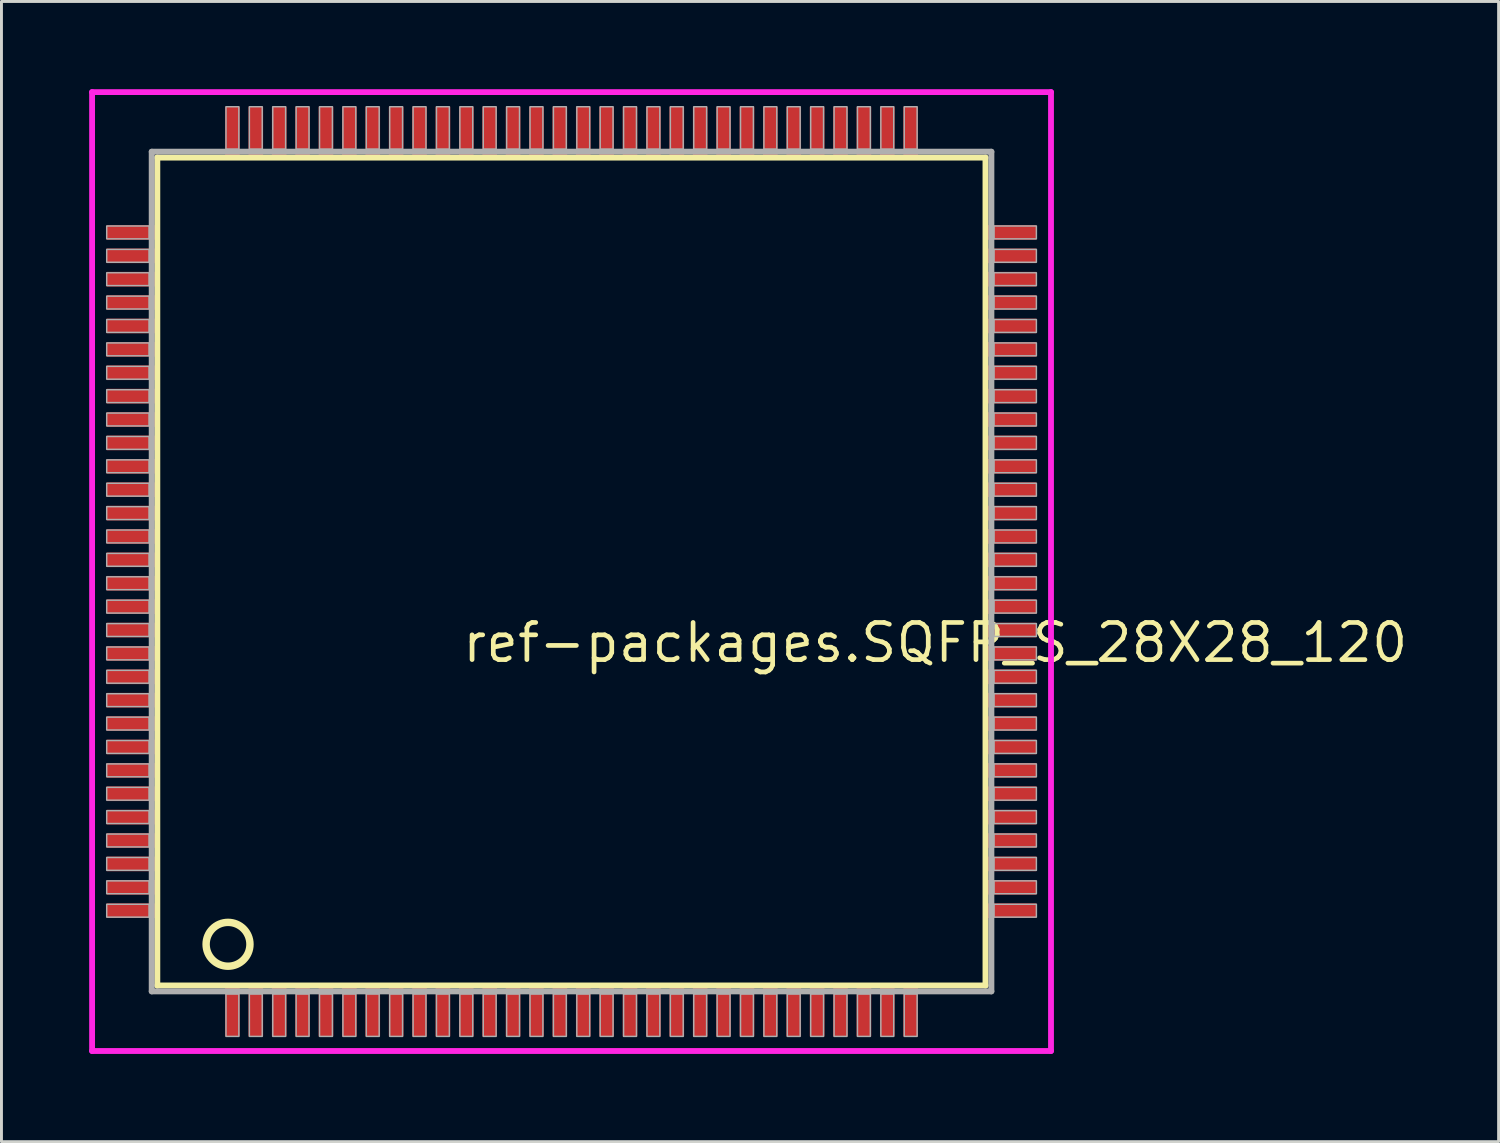
<source format=kicad_pcb>
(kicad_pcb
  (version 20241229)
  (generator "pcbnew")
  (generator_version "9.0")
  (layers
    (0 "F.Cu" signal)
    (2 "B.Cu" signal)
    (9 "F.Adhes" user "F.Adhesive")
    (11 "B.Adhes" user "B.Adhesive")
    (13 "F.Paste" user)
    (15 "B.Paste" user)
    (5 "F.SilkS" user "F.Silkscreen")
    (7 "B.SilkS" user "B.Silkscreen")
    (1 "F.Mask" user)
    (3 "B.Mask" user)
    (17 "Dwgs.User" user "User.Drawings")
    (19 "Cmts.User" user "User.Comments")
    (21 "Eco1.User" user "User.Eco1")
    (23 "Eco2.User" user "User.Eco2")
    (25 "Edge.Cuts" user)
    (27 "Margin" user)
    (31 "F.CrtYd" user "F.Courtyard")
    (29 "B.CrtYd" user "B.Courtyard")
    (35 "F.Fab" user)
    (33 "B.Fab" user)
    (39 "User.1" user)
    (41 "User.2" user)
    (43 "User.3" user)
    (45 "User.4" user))
  (footprint "ref-packages.SQFP_S_28X28_120"
    (layer "F.Cu")
    (at 16.5 16.5)
    (property "Reference" "ref-packages.SQFP_S_28X28_120" (at -3.81 3.175 0) (layer "F.SilkS") (effects (font (size 1.27 1.27) (thickness 0.16)) (justify left bottom)))
    (attr smd)
    (fp_line (start -14.17 -14.16) (end 14.16 -14.16) (stroke (width 0.203) (type default)) (layer "F.SilkS"))
    (fp_line (start -14.17 14.16) (end -14.17 -14.16) (stroke (width 0.203) (type default)) (layer "F.SilkS"))
    (fp_line (start 14.16 -14.16) (end 14.16 14.16) (stroke (width 0.203) (type default)) (layer "F.SilkS"))
    (fp_line (start 14.16 14.16) (end -14.17 14.16) (stroke (width 0.203) (type default)) (layer "F.SilkS"))
    (fp_circle (center -11.75 12.75) (end -11 12.75) (stroke (width 0.254) (type default)) (fill no) (layer "F.SilkS"))
    (fp_line (start -16.4 -16.4) (end 16.4 -16.4) (stroke (width 0.2) (type default)) (layer "F.CrtYd"))
    (fp_line (start -16.4 16.4) (end -16.4 -16.4) (stroke (width 0.2) (type default)) (layer "F.CrtYd"))
    (fp_line (start 16.4 -16.4) (end 16.4 16.4) (stroke (width 0.2) (type default)) (layer "F.CrtYd"))
    (fp_line (start 16.4 16.4) (end -16.4 16.4) (stroke (width 0.2) (type default)) (layer "F.CrtYd"))
    (fp_line (start -14.36 -14.36) (end -14.36 14.36) (stroke (width 0.203) (type default)) (layer "F.Fab"))
    (fp_line (start -14.36 14.36) (end 14.36 14.36) (stroke (width 0.203) (type default)) (layer "F.Fab"))
    (fp_line (start 14.36 -14.36) (end -14.36 -14.36) (stroke (width 0.203) (type default)) (layer "F.Fab"))
    (fp_line (start 14.36 14.36) (end 14.36 -14.36) (stroke (width 0.203) (type default)) (layer "F.Fab"))
    (fp_rect (start -15.9 -11.38) (end -14.45 -11.82) (stroke (width 0.05) (type default)) (fill no) (layer "F.Fab"))
    (fp_rect (start -15.9 -10.58) (end -14.45 -11.02) (stroke (width 0.05) (type default)) (fill no) (layer "F.Fab"))
    (fp_rect (start -15.9 -9.78) (end -14.45 -10.22) (stroke (width 0.05) (type default)) (fill no) (layer "F.Fab"))
    (fp_rect (start -15.9 -8.98) (end -14.45 -9.42) (stroke (width 0.05) (type default)) (fill no) (layer "F.Fab"))
    (fp_rect (start -15.9 -8.18) (end -14.45 -8.62) (stroke (width 0.05) (type default)) (fill no) (layer "F.Fab"))
    (fp_rect (start -15.9 -7.38) (end -14.45 -7.82) (stroke (width 0.05) (type default)) (fill no) (layer "F.Fab"))
    (fp_rect (start -15.9 -6.58) (end -14.45 -7.02) (stroke (width 0.05) (type default)) (fill no) (layer "F.Fab"))
    (fp_rect (start -15.9 -5.78) (end -14.45 -6.22) (stroke (width 0.05) (type default)) (fill no) (layer "F.Fab"))
    (fp_rect (start -15.9 -4.98) (end -14.45 -5.42) (stroke (width 0.05) (type default)) (fill no) (layer "F.Fab"))
    (fp_rect (start -15.9 -4.18) (end -14.45 -4.62) (stroke (width 0.05) (type default)) (fill no) (layer "F.Fab"))
    (fp_rect (start -15.9 -3.38) (end -14.45 -3.82) (stroke (width 0.05) (type default)) (fill no) (layer "F.Fab"))
    (fp_rect (start -15.9 -2.58) (end -14.45 -3.02) (stroke (width 0.05) (type default)) (fill no) (layer "F.Fab"))
    (fp_rect (start -15.9 -1.78) (end -14.45 -2.22) (stroke (width 0.05) (type default)) (fill no) (layer "F.Fab"))
    (fp_rect (start -15.9 -0.98) (end -14.45 -1.42) (stroke (width 0.05) (type default)) (fill no) (layer "F.Fab"))
    (fp_rect (start -15.9 -0.18) (end -14.45 -0.62) (stroke (width 0.05) (type default)) (fill no) (layer "F.Fab"))
    (fp_rect (start -15.9 0.62) (end -14.45 0.18) (stroke (width 0.05) (type default)) (fill no) (layer "F.Fab"))
    (fp_rect (start -15.9 1.42) (end -14.45 0.98) (stroke (width 0.05) (type default)) (fill no) (layer "F.Fab"))
    (fp_rect (start -15.9 2.22) (end -14.45 1.78) (stroke (width 0.05) (type default)) (fill no) (layer "F.Fab"))
    (fp_rect (start -15.9 3.02) (end -14.45 2.58) (stroke (width 0.05) (type default)) (fill no) (layer "F.Fab"))
    (fp_rect (start -15.9 3.82) (end -14.45 3.38) (stroke (width 0.05) (type default)) (fill no) (layer "F.Fab"))
    (fp_rect (start -15.9 4.62) (end -14.45 4.18) (stroke (width 0.05) (type default)) (fill no) (layer "F.Fab"))
    (fp_rect (start -15.9 5.42) (end -14.45 4.98) (stroke (width 0.05) (type default)) (fill no) (layer "F.Fab"))
    (fp_rect (start -15.9 6.22) (end -14.45 5.78) (stroke (width 0.05) (type default)) (fill no) (layer "F.Fab"))
    (fp_rect (start -15.9 7.02) (end -14.45 6.58) (stroke (width 0.05) (type default)) (fill no) (layer "F.Fab"))
    (fp_rect (start -15.9 7.82) (end -14.45 7.38) (stroke (width 0.05) (type default)) (fill no) (layer "F.Fab"))
    (fp_rect (start -15.9 8.62) (end -14.45 8.18) (stroke (width 0.05) (type default)) (fill no) (layer "F.Fab"))
    (fp_rect (start -15.9 9.42) (end -14.45 8.98) (stroke (width 0.05) (type default)) (fill no) (layer "F.Fab"))
    (fp_rect (start -15.9 10.22) (end -14.45 9.78) (stroke (width 0.05) (type default)) (fill no) (layer "F.Fab"))
    (fp_rect (start -15.9 11.02) (end -14.45 10.58) (stroke (width 0.05) (type default)) (fill no) (layer "F.Fab"))
    (fp_rect (start -15.9 11.82) (end -14.45 11.38) (stroke (width 0.05) (type default)) (fill no) (layer "F.Fab"))
    (fp_rect (start -11.82 -14.45) (end -11.38 -15.9) (stroke (width 0.05) (type default)) (fill no) (layer "F.Fab"))
    (fp_rect (start -11.82 15.9) (end -11.38 14.45) (stroke (width 0.05) (type default)) (fill no) (layer "F.Fab"))
    (fp_rect (start -11.02 -14.45) (end -10.58 -15.9) (stroke (width 0.05) (type default)) (fill no) (layer "F.Fab"))
    (fp_rect (start -11.02 15.9) (end -10.58 14.45) (stroke (width 0.05) (type default)) (fill no) (layer "F.Fab"))
    (fp_rect (start -10.22 -14.45) (end -9.78 -15.9) (stroke (width 0.05) (type default)) (fill no) (layer "F.Fab"))
    (fp_rect (start -10.22 15.9) (end -9.78 14.45) (stroke (width 0.05) (type default)) (fill no) (layer "F.Fab"))
    (fp_rect (start -9.42 -14.45) (end -8.98 -15.9) (stroke (width 0.05) (type default)) (fill no) (layer "F.Fab"))
    (fp_rect (start -9.42 15.9) (end -8.98 14.45) (stroke (width 0.05) (type default)) (fill no) (layer "F.Fab"))
    (fp_rect (start -8.62 -14.45) (end -8.18 -15.9) (stroke (width 0.05) (type default)) (fill no) (layer "F.Fab"))
    (fp_rect (start -8.62 15.9) (end -8.18 14.45) (stroke (width 0.05) (type default)) (fill no) (layer "F.Fab"))
    (fp_rect (start -7.82 -14.45) (end -7.38 -15.9) (stroke (width 0.05) (type default)) (fill no) (layer "F.Fab"))
    (fp_rect (start -7.82 15.9) (end -7.38 14.45) (stroke (width 0.05) (type default)) (fill no) (layer "F.Fab"))
    (fp_rect (start -7.02 -14.45) (end -6.58 -15.9) (stroke (width 0.05) (type default)) (fill no) (layer "F.Fab"))
    (fp_rect (start -7.02 15.9) (end -6.58 14.45) (stroke (width 0.05) (type default)) (fill no) (layer "F.Fab"))
    (fp_rect (start -6.22 -14.45) (end -5.78 -15.9) (stroke (width 0.05) (type default)) (fill no) (layer "F.Fab"))
    (fp_rect (start -6.22 15.9) (end -5.78 14.45) (stroke (width 0.05) (type default)) (fill no) (layer "F.Fab"))
    (fp_rect (start -5.42 -14.45) (end -4.98 -15.9) (stroke (width 0.05) (type default)) (fill no) (layer "F.Fab"))
    (fp_rect (start -5.42 15.9) (end -4.98 14.45) (stroke (width 0.05) (type default)) (fill no) (layer "F.Fab"))
    (fp_rect (start -4.62 -14.45) (end -4.18 -15.9) (stroke (width 0.05) (type default)) (fill no) (layer "F.Fab"))
    (fp_rect (start -4.62 15.9) (end -4.18 14.45) (stroke (width 0.05) (type default)) (fill no) (layer "F.Fab"))
    (fp_rect (start -3.82 -14.45) (end -3.38 -15.9) (stroke (width 0.05) (type default)) (fill no) (layer "F.Fab"))
    (fp_rect (start -3.82 15.9) (end -3.38 14.45) (stroke (width 0.05) (type default)) (fill no) (layer "F.Fab"))
    (fp_rect (start -3.02 -14.45) (end -2.58 -15.9) (stroke (width 0.05) (type default)) (fill no) (layer "F.Fab"))
    (fp_rect (start -3.02 15.9) (end -2.58 14.45) (stroke (width 0.05) (type default)) (fill no) (layer "F.Fab"))
    (fp_rect (start -2.22 -14.45) (end -1.78 -15.9) (stroke (width 0.05) (type default)) (fill no) (layer "F.Fab"))
    (fp_rect (start -2.22 15.9) (end -1.78 14.45) (stroke (width 0.05) (type default)) (fill no) (layer "F.Fab"))
    (fp_rect (start -1.42 -14.45) (end -0.98 -15.9) (stroke (width 0.05) (type default)) (fill no) (layer "F.Fab"))
    (fp_rect (start -1.42 15.9) (end -0.98 14.45) (stroke (width 0.05) (type default)) (fill no) (layer "F.Fab"))
    (fp_rect (start -0.62 -14.45) (end -0.18 -15.9) (stroke (width 0.05) (type default)) (fill no) (layer "F.Fab"))
    (fp_rect (start -0.62 15.9) (end -0.18 14.45) (stroke (width 0.05) (type default)) (fill no) (layer "F.Fab"))
    (fp_rect (start 0.18 -14.45) (end 0.62 -15.9) (stroke (width 0.05) (type default)) (fill no) (layer "F.Fab"))
    (fp_rect (start 0.18 15.9) (end 0.62 14.45) (stroke (width 0.05) (type default)) (fill no) (layer "F.Fab"))
    (fp_rect (start 0.98 -14.45) (end 1.42 -15.9) (stroke (width 0.05) (type default)) (fill no) (layer "F.Fab"))
    (fp_rect (start 0.98 15.9) (end 1.42 14.45) (stroke (width 0.05) (type default)) (fill no) (layer "F.Fab"))
    (fp_rect (start 1.78 -14.45) (end 2.22 -15.9) (stroke (width 0.05) (type default)) (fill no) (layer "F.Fab"))
    (fp_rect (start 1.78 15.9) (end 2.22 14.45) (stroke (width 0.05) (type default)) (fill no) (layer "F.Fab"))
    (fp_rect (start 2.58 -14.45) (end 3.02 -15.9) (stroke (width 0.05) (type default)) (fill no) (layer "F.Fab"))
    (fp_rect (start 2.58 15.9) (end 3.02 14.45) (stroke (width 0.05) (type default)) (fill no) (layer "F.Fab"))
    (fp_rect (start 3.38 -14.45) (end 3.82 -15.9) (stroke (width 0.05) (type default)) (fill no) (layer "F.Fab"))
    (fp_rect (start 3.38 15.9) (end 3.82 14.45) (stroke (width 0.05) (type default)) (fill no) (layer "F.Fab"))
    (fp_rect (start 4.18 -14.45) (end 4.62 -15.9) (stroke (width 0.05) (type default)) (fill no) (layer "F.Fab"))
    (fp_rect (start 4.18 15.9) (end 4.62 14.45) (stroke (width 0.05) (type default)) (fill no) (layer "F.Fab"))
    (fp_rect (start 4.98 -14.45) (end 5.42 -15.9) (stroke (width 0.05) (type default)) (fill no) (layer "F.Fab"))
    (fp_rect (start 4.98 15.9) (end 5.42 14.45) (stroke (width 0.05) (type default)) (fill no) (layer "F.Fab"))
    (fp_rect (start 5.78 -14.45) (end 6.22 -15.9) (stroke (width 0.05) (type default)) (fill no) (layer "F.Fab"))
    (fp_rect (start 5.78 15.9) (end 6.22 14.45) (stroke (width 0.05) (type default)) (fill no) (layer "F.Fab"))
    (fp_rect (start 6.58 -14.45) (end 7.02 -15.9) (stroke (width 0.05) (type default)) (fill no) (layer "F.Fab"))
    (fp_rect (start 6.58 15.9) (end 7.02 14.45) (stroke (width 0.05) (type default)) (fill no) (layer "F.Fab"))
    (fp_rect (start 7.38 -14.45) (end 7.82 -15.9) (stroke (width 0.05) (type default)) (fill no) (layer "F.Fab"))
    (fp_rect (start 7.38 15.9) (end 7.82 14.45) (stroke (width 0.05) (type default)) (fill no) (layer "F.Fab"))
    (fp_rect (start 8.18 -14.45) (end 8.62 -15.9) (stroke (width 0.05) (type default)) (fill no) (layer "F.Fab"))
    (fp_rect (start 8.18 15.9) (end 8.62 14.45) (stroke (width 0.05) (type default)) (fill no) (layer "F.Fab"))
    (fp_rect (start 8.98 -14.45) (end 9.42 -15.9) (stroke (width 0.05) (type default)) (fill no) (layer "F.Fab"))
    (fp_rect (start 8.98 15.9) (end 9.42 14.45) (stroke (width 0.05) (type default)) (fill no) (layer "F.Fab"))
    (fp_rect (start 9.78 -14.45) (end 10.22 -15.9) (stroke (width 0.05) (type default)) (fill no) (layer "F.Fab"))
    (fp_rect (start 9.78 15.9) (end 10.22 14.45) (stroke (width 0.05) (type default)) (fill no) (layer "F.Fab"))
    (fp_rect (start 10.58 -14.45) (end 11.02 -15.9) (stroke (width 0.05) (type default)) (fill no) (layer "F.Fab"))
    (fp_rect (start 10.58 15.9) (end 11.02 14.45) (stroke (width 0.05) (type default)) (fill no) (layer "F.Fab"))
    (fp_rect (start 11.38 -14.45) (end 11.82 -15.9) (stroke (width 0.05) (type default)) (fill no) (layer "F.Fab"))
    (fp_rect (start 11.38 15.9) (end 11.82 14.45) (stroke (width 0.05) (type default)) (fill no) (layer "F.Fab"))
    (fp_rect (start 14.45 -11.38) (end 15.9 -11.82) (stroke (width 0.05) (type default)) (fill no) (layer "F.Fab"))
    (fp_rect (start 14.45 -10.58) (end 15.9 -11.02) (stroke (width 0.05) (type default)) (fill no) (layer "F.Fab"))
    (fp_rect (start 14.45 -9.78) (end 15.9 -10.22) (stroke (width 0.05) (type default)) (fill no) (layer "F.Fab"))
    (fp_rect (start 14.45 -8.98) (end 15.9 -9.42) (stroke (width 0.05) (type default)) (fill no) (layer "F.Fab"))
    (fp_rect (start 14.45 -8.18) (end 15.9 -8.62) (stroke (width 0.05) (type default)) (fill no) (layer "F.Fab"))
    (fp_rect (start 14.45 -7.38) (end 15.9 -7.82) (stroke (width 0.05) (type default)) (fill no) (layer "F.Fab"))
    (fp_rect (start 14.45 -6.58) (end 15.9 -7.02) (stroke (width 0.05) (type default)) (fill no) (layer "F.Fab"))
    (fp_rect (start 14.45 -5.78) (end 15.9 -6.22) (stroke (width 0.05) (type default)) (fill no) (layer "F.Fab"))
    (fp_rect (start 14.45 -4.98) (end 15.9 -5.42) (stroke (width 0.05) (type default)) (fill no) (layer "F.Fab"))
    (fp_rect (start 14.45 -4.18) (end 15.9 -4.62) (stroke (width 0.05) (type default)) (fill no) (layer "F.Fab"))
    (fp_rect (start 14.45 -3.38) (end 15.9 -3.82) (stroke (width 0.05) (type default)) (fill no) (layer "F.Fab"))
    (fp_rect (start 14.45 -2.58) (end 15.9 -3.02) (stroke (width 0.05) (type default)) (fill no) (layer "F.Fab"))
    (fp_rect (start 14.45 -1.78) (end 15.9 -2.22) (stroke (width 0.05) (type default)) (fill no) (layer "F.Fab"))
    (fp_rect (start 14.45 -0.98) (end 15.9 -1.42) (stroke (width 0.05) (type default)) (fill no) (layer "F.Fab"))
    (fp_rect (start 14.45 -0.18) (end 15.9 -0.62) (stroke (width 0.05) (type default)) (fill no) (layer "F.Fab"))
    (fp_rect (start 14.45 0.62) (end 15.9 0.18) (stroke (width 0.05) (type default)) (fill no) (layer "F.Fab"))
    (fp_rect (start 14.45 1.42) (end 15.9 0.98) (stroke (width 0.05) (type default)) (fill no) (layer "F.Fab"))
    (fp_rect (start 14.45 2.22) (end 15.9 1.78) (stroke (width 0.05) (type default)) (fill no) (layer "F.Fab"))
    (fp_rect (start 14.45 3.02) (end 15.9 2.58) (stroke (width 0.05) (type default)) (fill no) (layer "F.Fab"))
    (fp_rect (start 14.45 3.82) (end 15.9 3.38) (stroke (width 0.05) (type default)) (fill no) (layer "F.Fab"))
    (fp_rect (start 14.45 4.62) (end 15.9 4.18) (stroke (width 0.05) (type default)) (fill no) (layer "F.Fab"))
    (fp_rect (start 14.45 5.42) (end 15.9 4.98) (stroke (width 0.05) (type default)) (fill no) (layer "F.Fab"))
    (fp_rect (start 14.45 6.22) (end 15.9 5.78) (stroke (width 0.05) (type default)) (fill no) (layer "F.Fab"))
    (fp_rect (start 14.45 7.02) (end 15.9 6.58) (stroke (width 0.05) (type default)) (fill no) (layer "F.Fab"))
    (fp_rect (start 14.45 7.82) (end 15.9 7.38) (stroke (width 0.05) (type default)) (fill no) (layer "F.Fab"))
    (fp_rect (start 14.45 8.62) (end 15.9 8.18) (stroke (width 0.05) (type default)) (fill no) (layer "F.Fab"))
    (fp_rect (start 14.45 9.42) (end 15.9 8.98) (stroke (width 0.05) (type default)) (fill no) (layer "F.Fab"))
    (fp_rect (start 14.45 10.22) (end 15.9 9.78) (stroke (width 0.05) (type default)) (fill no) (layer "F.Fab"))
    (fp_rect (start 14.45 11.02) (end 15.9 10.58) (stroke (width 0.05) (type default)) (fill no) (layer "F.Fab"))
    (fp_rect (start 14.45 11.82) (end 15.9 11.38) (stroke (width 0.05) (type default)) (fill no) (layer "F.Fab"))
    (pad "1" smd roundrect (at -11.6 15) (size 0.5 1.8) (layers "F.Cu" "F.Mask" "F.Paste") (roundrect_rratio 0.01))
    (pad "2" smd roundrect (at -10.8 15) (size 0.5 1.8) (layers "F.Cu" "F.Mask" "F.Paste") (roundrect_rratio 0.01))
    (pad "3" smd roundrect (at -10 15) (size 0.5 1.8) (layers "F.Cu" "F.Mask" "F.Paste") (roundrect_rratio 0.01))
    (pad "4" smd roundrect (at -9.2 15) (size 0.5 1.8) (layers "F.Cu" "F.Mask" "F.Paste") (roundrect_rratio 0.01))
    (pad "5" smd roundrect (at -8.4 15) (size 0.5 1.8) (layers "F.Cu" "F.Mask" "F.Paste") (roundrect_rratio 0.01))
    (pad "6" smd roundrect (at -7.6 15) (size 0.5 1.8) (layers "F.Cu" "F.Mask" "F.Paste") (roundrect_rratio 0.01))
    (pad "7" smd roundrect (at -6.8 15) (size 0.5 1.8) (layers "F.Cu" "F.Mask" "F.Paste") (roundrect_rratio 0.01))
    (pad "8" smd roundrect (at -6 15) (size 0.5 1.8) (layers "F.Cu" "F.Mask" "F.Paste") (roundrect_rratio 0.01))
    (pad "9" smd roundrect (at -5.2 15) (size 0.5 1.8) (layers "F.Cu" "F.Mask" "F.Paste") (roundrect_rratio 0.01))
    (pad "10" smd roundrect (at -4.4 15) (size 0.5 1.8) (layers "F.Cu" "F.Mask" "F.Paste") (roundrect_rratio 0.01))
    (pad "11" smd roundrect (at -3.6 15) (size 0.5 1.8) (layers "F.Cu" "F.Mask" "F.Paste") (roundrect_rratio 0.01))
    (pad "12" smd roundrect (at -2.8 15) (size 0.5 1.8) (layers "F.Cu" "F.Mask" "F.Paste") (roundrect_rratio 0.01))
    (pad "13" smd roundrect (at -2 15) (size 0.5 1.8) (layers "F.Cu" "F.Mask" "F.Paste") (roundrect_rratio 0.01))
    (pad "14" smd roundrect (at -1.2 15) (size 0.5 1.8) (layers "F.Cu" "F.Mask" "F.Paste") (roundrect_rratio 0.01))
    (pad "15" smd roundrect (at -0.4 15) (size 0.5 1.8) (layers "F.Cu" "F.Mask" "F.Paste") (roundrect_rratio 0.01))
    (pad "16" smd roundrect (at 0.4 15) (size 0.5 1.8) (layers "F.Cu" "F.Mask" "F.Paste") (roundrect_rratio 0.01))
    (pad "17" smd roundrect (at 1.2 15) (size 0.5 1.8) (layers "F.Cu" "F.Mask" "F.Paste") (roundrect_rratio 0.01))
    (pad "18" smd roundrect (at 2 15) (size 0.5 1.8) (layers "F.Cu" "F.Mask" "F.Paste") (roundrect_rratio 0.01))
    (pad "19" smd roundrect (at 2.8 15) (size 0.5 1.8) (layers "F.Cu" "F.Mask" "F.Paste") (roundrect_rratio 0.01))
    (pad "20" smd roundrect (at 3.6 15) (size 0.5 1.8) (layers "F.Cu" "F.Mask" "F.Paste") (roundrect_rratio 0.01))
    (pad "21" smd roundrect (at 4.4 15) (size 0.5 1.8) (layers "F.Cu" "F.Mask" "F.Paste") (roundrect_rratio 0.01))
    (pad "22" smd roundrect (at 5.2 15) (size 0.5 1.8) (layers "F.Cu" "F.Mask" "F.Paste") (roundrect_rratio 0.01))
    (pad "23" smd roundrect (at 6 15) (size 0.5 1.8) (layers "F.Cu" "F.Mask" "F.Paste") (roundrect_rratio 0.01))
    (pad "24" smd roundrect (at 6.8 15) (size 0.5 1.8) (layers "F.Cu" "F.Mask" "F.Paste") (roundrect_rratio 0.01))
    (pad "25" smd roundrect (at 7.6 15) (size 0.5 1.8) (layers "F.Cu" "F.Mask" "F.Paste") (roundrect_rratio 0.01))
    (pad "26" smd roundrect (at 8.4 15) (size 0.5 1.8) (layers "F.Cu" "F.Mask" "F.Paste") (roundrect_rratio 0.01))
    (pad "27" smd roundrect (at 9.2 15) (size 0.5 1.8) (layers "F.Cu" "F.Mask" "F.Paste") (roundrect_rratio 0.01))
    (pad "28" smd roundrect (at 10 15) (size 0.5 1.8) (layers "F.Cu" "F.Mask" "F.Paste") (roundrect_rratio 0.01))
    (pad "29" smd roundrect (at 10.8 15) (size 0.5 1.8) (layers "F.Cu" "F.Mask" "F.Paste") (roundrect_rratio 0.01))
    (pad "30" smd roundrect (at 11.6 15) (size 0.5 1.8) (layers "F.Cu" "F.Mask" "F.Paste") (roundrect_rratio 0.01))
    (pad "31" smd roundrect (at 15 11.6) (size 1.8 0.5) (layers "F.Cu" "F.Mask" "F.Paste") (roundrect_rratio 0.01))
    (pad "32" smd roundrect (at 15 10.8) (size 1.8 0.5) (layers "F.Cu" "F.Mask" "F.Paste") (roundrect_rratio 0.01))
    (pad "33" smd roundrect (at 15 10) (size 1.8 0.5) (layers "F.Cu" "F.Mask" "F.Paste") (roundrect_rratio 0.01))
    (pad "34" smd roundrect (at 15 9.2) (size 1.8 0.5) (layers "F.Cu" "F.Mask" "F.Paste") (roundrect_rratio 0.01))
    (pad "35" smd roundrect (at 15 8.4) (size 1.8 0.5) (layers "F.Cu" "F.Mask" "F.Paste") (roundrect_rratio 0.01))
    (pad "36" smd roundrect (at 15 7.6) (size 1.8 0.5) (layers "F.Cu" "F.Mask" "F.Paste") (roundrect_rratio 0.01))
    (pad "37" smd roundrect (at 15 6.8) (size 1.8 0.5) (layers "F.Cu" "F.Mask" "F.Paste") (roundrect_rratio 0.01))
    (pad "38" smd roundrect (at 15 6) (size 1.8 0.5) (layers "F.Cu" "F.Mask" "F.Paste") (roundrect_rratio 0.01))
    (pad "39" smd roundrect (at 15 5.2) (size 1.8 0.5) (layers "F.Cu" "F.Mask" "F.Paste") (roundrect_rratio 0.01))
    (pad "40" smd roundrect (at 15 4.4) (size 1.8 0.5) (layers "F.Cu" "F.Mask" "F.Paste") (roundrect_rratio 0.01))
    (pad "41" smd roundrect (at 15 3.6) (size 1.8 0.5) (layers "F.Cu" "F.Mask" "F.Paste") (roundrect_rratio 0.01))
    (pad "42" smd roundrect (at 15 2.8) (size 1.8 0.5) (layers "F.Cu" "F.Mask" "F.Paste") (roundrect_rratio 0.01))
    (pad "43" smd roundrect (at 15 2) (size 1.8 0.5) (layers "F.Cu" "F.Mask" "F.Paste") (roundrect_rratio 0.01))
    (pad "44" smd roundrect (at 15 1.2) (size 1.8 0.5) (layers "F.Cu" "F.Mask" "F.Paste") (roundrect_rratio 0.01))
    (pad "45" smd roundrect (at 15 0.4) (size 1.8 0.5) (layers "F.Cu" "F.Mask" "F.Paste") (roundrect_rratio 0.01))
    (pad "46" smd roundrect (at 15 -0.4) (size 1.8 0.5) (layers "F.Cu" "F.Mask" "F.Paste") (roundrect_rratio 0.01))
    (pad "47" smd roundrect (at 15 -1.2) (size 1.8 0.5) (layers "F.Cu" "F.Mask" "F.Paste") (roundrect_rratio 0.01))
    (pad "48" smd roundrect (at 15 -2) (size 1.8 0.5) (layers "F.Cu" "F.Mask" "F.Paste") (roundrect_rratio 0.01))
    (pad "49" smd roundrect (at 15 -2.8) (size 1.8 0.5) (layers "F.Cu" "F.Mask" "F.Paste") (roundrect_rratio 0.01))
    (pad "50" smd roundrect (at 15 -3.6) (size 1.8 0.5) (layers "F.Cu" "F.Mask" "F.Paste") (roundrect_rratio 0.01))
    (pad "51" smd roundrect (at 15 -4.4) (size 1.8 0.5) (layers "F.Cu" "F.Mask" "F.Paste") (roundrect_rratio 0.01))
    (pad "52" smd roundrect (at 15 -5.2) (size 1.8 0.5) (layers "F.Cu" "F.Mask" "F.Paste") (roundrect_rratio 0.01))
    (pad "53" smd roundrect (at 15 -6) (size 1.8 0.5) (layers "F.Cu" "F.Mask" "F.Paste") (roundrect_rratio 0.01))
    (pad "54" smd roundrect (at 15 -6.8) (size 1.8 0.5) (layers "F.Cu" "F.Mask" "F.Paste") (roundrect_rratio 0.01))
    (pad "55" smd roundrect (at 15 -7.6) (size 1.8 0.5) (layers "F.Cu" "F.Mask" "F.Paste") (roundrect_rratio 0.01))
    (pad "56" smd roundrect (at 15 -8.4) (size 1.8 0.5) (layers "F.Cu" "F.Mask" "F.Paste") (roundrect_rratio 0.01))
    (pad "57" smd roundrect (at 15 -9.2) (size 1.8 0.5) (layers "F.Cu" "F.Mask" "F.Paste") (roundrect_rratio 0.01))
    (pad "58" smd roundrect (at 15 -10) (size 1.8 0.5) (layers "F.Cu" "F.Mask" "F.Paste") (roundrect_rratio 0.01))
    (pad "59" smd roundrect (at 15 -10.8) (size 1.8 0.5) (layers "F.Cu" "F.Mask" "F.Paste") (roundrect_rratio 0.01))
    (pad "60" smd roundrect (at 15 -11.6) (size 1.8 0.5) (layers "F.Cu" "F.Mask" "F.Paste") (roundrect_rratio 0.01))
    (pad "61" smd roundrect (at 11.6 -15) (size 0.5 1.8) (layers "F.Cu" "F.Mask" "F.Paste") (roundrect_rratio 0.01))
    (pad "62" smd roundrect (at 10.8 -15) (size 0.5 1.8) (layers "F.Cu" "F.Mask" "F.Paste") (roundrect_rratio 0.01))
    (pad "63" smd roundrect (at 10 -15) (size 0.5 1.8) (layers "F.Cu" "F.Mask" "F.Paste") (roundrect_rratio 0.01))
    (pad "64" smd roundrect (at 9.2 -15) (size 0.5 1.8) (layers "F.Cu" "F.Mask" "F.Paste") (roundrect_rratio 0.01))
    (pad "65" smd roundrect (at 8.4 -15) (size 0.5 1.8) (layers "F.Cu" "F.Mask" "F.Paste") (roundrect_rratio 0.01))
    (pad "66" smd roundrect (at 7.6 -15) (size 0.5 1.8) (layers "F.Cu" "F.Mask" "F.Paste") (roundrect_rratio 0.01))
    (pad "67" smd roundrect (at 6.8 -15) (size 0.5 1.8) (layers "F.Cu" "F.Mask" "F.Paste") (roundrect_rratio 0.01))
    (pad "68" smd roundrect (at 6 -15) (size 0.5 1.8) (layers "F.Cu" "F.Mask" "F.Paste") (roundrect_rratio 0.01))
    (pad "69" smd roundrect (at 5.2 -15) (size 0.5 1.8) (layers "F.Cu" "F.Mask" "F.Paste") (roundrect_rratio 0.01))
    (pad "70" smd roundrect (at 4.4 -15) (size 0.5 1.8) (layers "F.Cu" "F.Mask" "F.Paste") (roundrect_rratio 0.01))
    (pad "71" smd roundrect (at 3.6 -15) (size 0.5 1.8) (layers "F.Cu" "F.Mask" "F.Paste") (roundrect_rratio 0.01))
    (pad "72" smd roundrect (at 2.8 -15) (size 0.5 1.8) (layers "F.Cu" "F.Mask" "F.Paste") (roundrect_rratio 0.01))
    (pad "73" smd roundrect (at 2 -15) (size 0.5 1.8) (layers "F.Cu" "F.Mask" "F.Paste") (roundrect_rratio 0.01))
    (pad "74" smd roundrect (at 1.2 -15) (size 0.5 1.8) (layers "F.Cu" "F.Mask" "F.Paste") (roundrect_rratio 0.01))
    (pad "75" smd roundrect (at 0.4 -15) (size 0.5 1.8) (layers "F.Cu" "F.Mask" "F.Paste") (roundrect_rratio 0.01))
    (pad "76" smd roundrect (at -0.4 -15) (size 0.5 1.8) (layers "F.Cu" "F.Mask" "F.Paste") (roundrect_rratio 0.01))
    (pad "77" smd roundrect (at -1.2 -15) (size 0.5 1.8) (layers "F.Cu" "F.Mask" "F.Paste") (roundrect_rratio 0.01))
    (pad "78" smd roundrect (at -2 -15) (size 0.5 1.8) (layers "F.Cu" "F.Mask" "F.Paste") (roundrect_rratio 0.01))
    (pad "79" smd roundrect (at -2.8 -15) (size 0.5 1.8) (layers "F.Cu" "F.Mask" "F.Paste") (roundrect_rratio 0.01))
    (pad "80" smd roundrect (at -3.6 -15) (size 0.5 1.8) (layers "F.Cu" "F.Mask" "F.Paste") (roundrect_rratio 0.01))
    (pad "81" smd roundrect (at -4.4 -15) (size 0.5 1.8) (layers "F.Cu" "F.Mask" "F.Paste") (roundrect_rratio 0.01))
    (pad "82" smd roundrect (at -5.2 -15) (size 0.5 1.8) (layers "F.Cu" "F.Mask" "F.Paste") (roundrect_rratio 0.01))
    (pad "83" smd roundrect (at -6 -15) (size 0.5 1.8) (layers "F.Cu" "F.Mask" "F.Paste") (roundrect_rratio 0.01))
    (pad "84" smd roundrect (at -6.8 -15) (size 0.5 1.8) (layers "F.Cu" "F.Mask" "F.Paste") (roundrect_rratio 0.01))
    (pad "85" smd roundrect (at -7.6 -15) (size 0.5 1.8) (layers "F.Cu" "F.Mask" "F.Paste") (roundrect_rratio 0.01))
    (pad "86" smd roundrect (at -8.4 -15) (size 0.5 1.8) (layers "F.Cu" "F.Mask" "F.Paste") (roundrect_rratio 0.01))
    (pad "87" smd roundrect (at -9.2 -15) (size 0.5 1.8) (layers "F.Cu" "F.Mask" "F.Paste") (roundrect_rratio 0.01))
    (pad "88" smd roundrect (at -10 -15) (size 0.5 1.8) (layers "F.Cu" "F.Mask" "F.Paste") (roundrect_rratio 0.01))
    (pad "89" smd roundrect (at -10.8 -15) (size 0.5 1.8) (layers "F.Cu" "F.Mask" "F.Paste") (roundrect_rratio 0.01))
    (pad "90" smd roundrect (at -11.6 -15) (size 0.5 1.8) (layers "F.Cu" "F.Mask" "F.Paste") (roundrect_rratio 0.01))
    (pad "91" smd roundrect (at -15 -11.6) (size 1.8 0.5) (layers "F.Cu" "F.Mask" "F.Paste") (roundrect_rratio 0.01))
    (pad "92" smd roundrect (at -15 -10.8) (size 1.8 0.5) (layers "F.Cu" "F.Mask" "F.Paste") (roundrect_rratio 0.01))
    (pad "93" smd roundrect (at -15 -10) (size 1.8 0.5) (layers "F.Cu" "F.Mask" "F.Paste") (roundrect_rratio 0.01))
    (pad "94" smd roundrect (at -15 -9.2) (size 1.8 0.5) (layers "F.Cu" "F.Mask" "F.Paste") (roundrect_rratio 0.01))
    (pad "95" smd roundrect (at -15 -8.4) (size 1.8 0.5) (layers "F.Cu" "F.Mask" "F.Paste") (roundrect_rratio 0.01))
    (pad "96" smd roundrect (at -15 -7.6) (size 1.8 0.5) (layers "F.Cu" "F.Mask" "F.Paste") (roundrect_rratio 0.01))
    (pad "97" smd roundrect (at -15 -6.8) (size 1.8 0.5) (layers "F.Cu" "F.Mask" "F.Paste") (roundrect_rratio 0.01))
    (pad "98" smd roundrect (at -15 -6) (size 1.8 0.5) (layers "F.Cu" "F.Mask" "F.Paste") (roundrect_rratio 0.01))
    (pad "99" smd roundrect (at -15 -5.2) (size 1.8 0.5) (layers "F.Cu" "F.Mask" "F.Paste") (roundrect_rratio 0.01))
    (pad "100" smd roundrect (at -15 -4.4) (size 1.8 0.5) (layers "F.Cu" "F.Mask" "F.Paste") (roundrect_rratio 0.01))
    (pad "101" smd roundrect (at -15 -3.6) (size 1.8 0.5) (layers "F.Cu" "F.Mask" "F.Paste") (roundrect_rratio 0.01))
    (pad "102" smd roundrect (at -15 -2.8) (size 1.8 0.5) (layers "F.Cu" "F.Mask" "F.Paste") (roundrect_rratio 0.01))
    (pad "103" smd roundrect (at -15 -2) (size 1.8 0.5) (layers "F.Cu" "F.Mask" "F.Paste") (roundrect_rratio 0.01))
    (pad "104" smd roundrect (at -15 -1.2) (size 1.8 0.5) (layers "F.Cu" "F.Mask" "F.Paste") (roundrect_rratio 0.01))
    (pad "105" smd roundrect (at -15 -0.4) (size 1.8 0.5) (layers "F.Cu" "F.Mask" "F.Paste") (roundrect_rratio 0.01))
    (pad "106" smd roundrect (at -15 0.4) (size 1.8 0.5) (layers "F.Cu" "F.Mask" "F.Paste") (roundrect_rratio 0.01))
    (pad "107" smd roundrect (at -15 1.2) (size 1.8 0.5) (layers "F.Cu" "F.Mask" "F.Paste") (roundrect_rratio 0.01))
    (pad "108" smd roundrect (at -15 2) (size 1.8 0.5) (layers "F.Cu" "F.Mask" "F.Paste") (roundrect_rratio 0.01))
    (pad "109" smd roundrect (at -15 2.8) (size 1.8 0.5) (layers "F.Cu" "F.Mask" "F.Paste") (roundrect_rratio 0.01))
    (pad "110" smd roundrect (at -15 3.6) (size 1.8 0.5) (layers "F.Cu" "F.Mask" "F.Paste") (roundrect_rratio 0.01))
    (pad "111" smd roundrect (at -15 4.4) (size 1.8 0.5) (layers "F.Cu" "F.Mask" "F.Paste") (roundrect_rratio 0.01))
    (pad "112" smd roundrect (at -15 5.2) (size 1.8 0.5) (layers "F.Cu" "F.Mask" "F.Paste") (roundrect_rratio 0.01))
    (pad "113" smd roundrect (at -15 6) (size 1.8 0.5) (layers "F.Cu" "F.Mask" "F.Paste") (roundrect_rratio 0.01))
    (pad "114" smd roundrect (at -15 6.8) (size 1.8 0.5) (layers "F.Cu" "F.Mask" "F.Paste") (roundrect_rratio 0.01))
    (pad "115" smd roundrect (at -15 7.6) (size 1.8 0.5) (layers "F.Cu" "F.Mask" "F.Paste") (roundrect_rratio 0.01))
    (pad "116" smd roundrect (at -15 8.4) (size 1.8 0.5) (layers "F.Cu" "F.Mask" "F.Paste") (roundrect_rratio 0.01))
    (pad "117" smd roundrect (at -15 9.2) (size 1.8 0.5) (layers "F.Cu" "F.Mask" "F.Paste") (roundrect_rratio 0.01))
    (pad "118" smd roundrect (at -15 10) (size 1.8 0.5) (layers "F.Cu" "F.Mask" "F.Paste") (roundrect_rratio 0.01))
    (pad "119" smd roundrect (at -15 10.8) (size 1.8 0.5) (layers "F.Cu" "F.Mask" "F.Paste") (roundrect_rratio 0.01))
    (pad "120" smd roundrect (at -15 11.6) (size 1.8 0.5) (layers "F.Cu" "F.Mask" "F.Paste") (roundrect_rratio 0.01)))
  (gr_rect
    (start -3 -3)
    (end 48.21 36)
    (stroke (width 0.1) (type default))
    (fill no)
    (layer "Edge.Cuts")))
</source>
